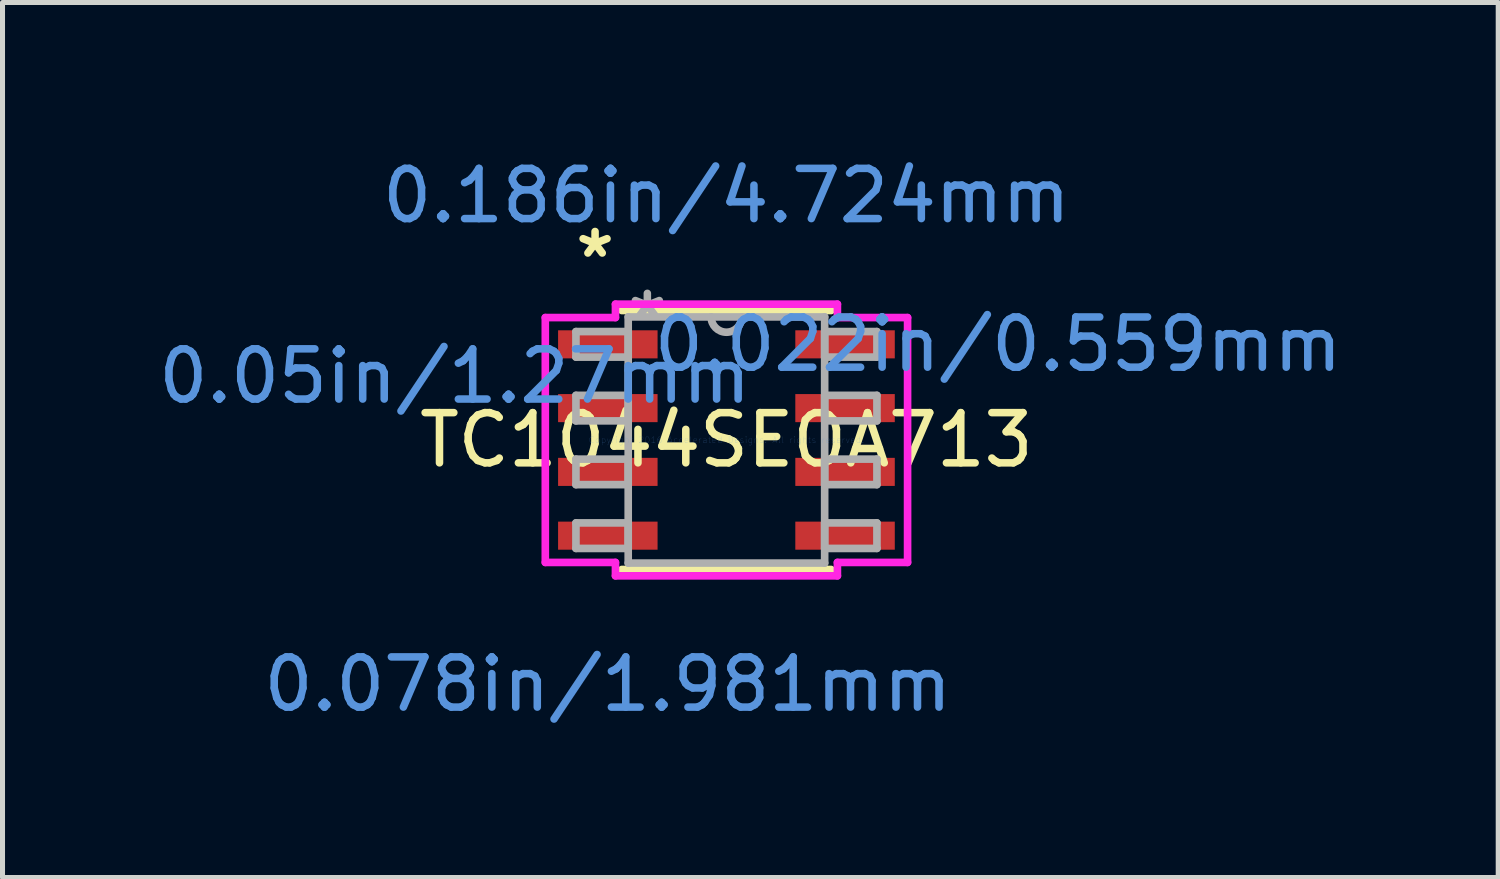
<source format=kicad_pcb>
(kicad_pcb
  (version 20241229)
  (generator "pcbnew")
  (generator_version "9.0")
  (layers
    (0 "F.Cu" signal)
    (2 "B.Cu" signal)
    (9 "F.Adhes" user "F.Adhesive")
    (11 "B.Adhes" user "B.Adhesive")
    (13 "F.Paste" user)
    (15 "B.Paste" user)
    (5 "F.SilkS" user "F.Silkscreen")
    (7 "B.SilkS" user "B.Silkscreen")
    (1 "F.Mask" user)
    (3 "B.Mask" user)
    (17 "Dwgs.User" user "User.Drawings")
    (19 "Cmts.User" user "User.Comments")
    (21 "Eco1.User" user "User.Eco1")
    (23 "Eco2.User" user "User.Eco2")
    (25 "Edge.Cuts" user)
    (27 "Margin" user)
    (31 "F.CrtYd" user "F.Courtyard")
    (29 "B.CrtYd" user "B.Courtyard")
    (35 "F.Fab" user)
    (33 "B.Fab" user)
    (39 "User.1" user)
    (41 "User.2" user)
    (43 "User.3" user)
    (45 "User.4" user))
  (footprint "TC1044SEOA713"
    (layer "F.Cu")
    (at 11.416 5.712)
    (property "Reference" "TC1044SEOA713" (at 0 0 0) (layer "F.SilkS") (effects (font (size 1 1) (thickness 0.15))))
    (attr through_hole)
    (fp_line (start -2.083 2.578) (end 2.083 2.578) (stroke (width 0.152) (type solid)) (layer "F.SilkS"))
    (fp_line (start 2.083 -2.578) (end -2.083 -2.578) (stroke (width 0.152) (type solid)) (layer "F.SilkS"))
    (fp_line (start -3.607 -2.438) (end -2.21 -2.438) (stroke (width 0.152) (type solid)) (layer "F.CrtYd"))
    (fp_line (start -3.607 2.438) (end -3.607 -2.438) (stroke (width 0.152) (type solid)) (layer "F.CrtYd"))
    (fp_line (start -3.607 2.438) (end -2.21 2.438) (stroke (width 0.152) (type solid)) (layer "F.CrtYd"))
    (fp_line (start -2.21 -2.705) (end 2.21 -2.705) (stroke (width 0.152) (type solid)) (layer "F.CrtYd"))
    (fp_line (start -2.21 -2.438) (end -2.21 -2.705) (stroke (width 0.152) (type solid)) (layer "F.CrtYd"))
    (fp_line (start -2.21 2.705) (end -2.21 2.438) (stroke (width 0.152) (type solid)) (layer "F.CrtYd"))
    (fp_line (start 2.21 -2.705) (end 2.21 -2.438) (stroke (width 0.152) (type solid)) (layer "F.CrtYd"))
    (fp_line (start 2.21 2.438) (end 2.21 2.705) (stroke (width 0.152) (type solid)) (layer "F.CrtYd"))
    (fp_line (start 2.21 2.705) (end -2.21 2.705) (stroke (width 0.152) (type solid)) (layer "F.CrtYd"))
    (fp_line (start 3.607 -2.438) (end 2.21 -2.438) (stroke (width 0.152) (type solid)) (layer "F.CrtYd"))
    (fp_line (start 3.607 -2.438) (end 3.607 2.438) (stroke (width 0.152) (type solid)) (layer "F.CrtYd"))
    (fp_line (start 3.607 2.438) (end 2.21 2.438) (stroke (width 0.152) (type solid)) (layer "F.CrtYd"))
    (fp_line (start -2.997 -2.159) (end -2.997 -1.651) (stroke (width 0.152) (type solid)) (layer "F.Fab"))
    (fp_line (start -2.997 -1.651) (end -1.956 -1.651) (stroke (width 0.152) (type solid)) (layer "F.Fab"))
    (fp_line (start -2.997 -0.889) (end -2.997 -0.381) (stroke (width 0.152) (type solid)) (layer "F.Fab"))
    (fp_line (start -2.997 -0.381) (end -1.956 -0.381) (stroke (width 0.152) (type solid)) (layer "F.Fab"))
    (fp_line (start -2.997 0.381) (end -2.997 0.889) (stroke (width 0.152) (type solid)) (layer "F.Fab"))
    (fp_line (start -2.997 0.889) (end -1.956 0.889) (stroke (width 0.152) (type solid)) (layer "F.Fab"))
    (fp_line (start -2.997 1.651) (end -2.997 2.159) (stroke (width 0.152) (type solid)) (layer "F.Fab"))
    (fp_line (start -2.997 2.159) (end -1.956 2.159) (stroke (width 0.152) (type solid)) (layer "F.Fab"))
    (fp_line (start -1.956 -2.451) (end -1.956 2.451) (stroke (width 0.152) (type solid)) (layer "F.Fab"))
    (fp_line (start -1.956 -2.159) (end -2.997 -2.159) (stroke (width 0.152) (type solid)) (layer "F.Fab"))
    (fp_line (start -1.956 -1.651) (end -1.956 -2.159) (stroke (width 0.152) (type solid)) (layer "F.Fab"))
    (fp_line (start -1.956 -0.889) (end -2.997 -0.889) (stroke (width 0.152) (type solid)) (layer "F.Fab"))
    (fp_line (start -1.956 -0.381) (end -1.956 -0.889) (stroke (width 0.152) (type solid)) (layer "F.Fab"))
    (fp_line (start -1.956 0.381) (end -2.997 0.381) (stroke (width 0.152) (type solid)) (layer "F.Fab"))
    (fp_line (start -1.956 0.889) (end -1.956 0.381) (stroke (width 0.152) (type solid)) (layer "F.Fab"))
    (fp_line (start -1.956 1.651) (end -2.997 1.651) (stroke (width 0.152) (type solid)) (layer "F.Fab"))
    (fp_line (start -1.956 2.159) (end -1.956 1.651) (stroke (width 0.152) (type solid)) (layer "F.Fab"))
    (fp_line (start -1.956 2.451) (end 1.956 2.451) (stroke (width 0.152) (type solid)) (layer "F.Fab"))
    (fp_line (start 1.956 -2.451) (end -1.956 -2.451) (stroke (width 0.152) (type solid)) (layer "F.Fab"))
    (fp_line (start 1.956 -2.159) (end 1.956 -1.651) (stroke (width 0.152) (type solid)) (layer "F.Fab"))
    (fp_line (start 1.956 -1.651) (end 2.997 -1.651) (stroke (width 0.152) (type solid)) (layer "F.Fab"))
    (fp_line (start 1.956 -0.889) (end 1.956 -0.381) (stroke (width 0.152) (type solid)) (layer "F.Fab"))
    (fp_line (start 1.956 -0.381) (end 2.997 -0.381) (stroke (width 0.152) (type solid)) (layer "F.Fab"))
    (fp_line (start 1.956 0.381) (end 1.956 0.889) (stroke (width 0.152) (type solid)) (layer "F.Fab"))
    (fp_line (start 1.956 0.889) (end 2.997 0.889) (stroke (width 0.152) (type solid)) (layer "F.Fab"))
    (fp_line (start 1.956 1.651) (end 1.956 2.159) (stroke (width 0.152) (type solid)) (layer "F.Fab"))
    (fp_line (start 1.956 2.159) (end 2.997 2.159) (stroke (width 0.152) (type solid)) (layer "F.Fab"))
    (fp_line (start 1.956 2.451) (end 1.956 -2.451) (stroke (width 0.152) (type solid)) (layer "F.Fab"))
    (fp_line (start 2.997 -2.159) (end 1.956 -2.159) (stroke (width 0.152) (type solid)) (layer "F.Fab"))
    (fp_line (start 2.997 -1.651) (end 2.997 -2.159) (stroke (width 0.152) (type solid)) (layer "F.Fab"))
    (fp_line (start 2.997 -0.889) (end 1.956 -0.889) (stroke (width 0.152) (type solid)) (layer "F.Fab"))
    (fp_line (start 2.997 -0.381) (end 2.997 -0.889) (stroke (width 0.152) (type solid)) (layer "F.Fab"))
    (fp_line (start 2.997 0.381) (end 1.956 0.381) (stroke (width 0.152) (type solid)) (layer "F.Fab"))
    (fp_line (start 2.997 0.889) (end 2.997 0.381) (stroke (width 0.152) (type solid)) (layer "F.Fab"))
    (fp_line (start 2.997 1.651) (end 1.956 1.651) (stroke (width 0.152) (type solid)) (layer "F.Fab"))
    (fp_line (start 2.997 2.159) (end 2.997 1.651) (stroke (width 0.152) (type solid)) (layer "F.Fab"))
    (fp_arc (start 0.3048 -2.4511) (mid 0 -2.1463) (end -0.3048 -2.4511) (stroke (width 0.1524) (type solid)) (layer "F.Fab"))
    (fp_text user "*" (at -2.616 -3.607 0) (layer "F.SilkS") (effects (font (size 1 1) (thickness 0.15))))
    (fp_text user "Copyright 2016 Accelerated Designs. All rights reserved." (at 0 0 0) (layer "Cmts.User") (effects (font (size 0.127 0.127) (thickness 0.002))))
    (fp_text user "0.05in/1.27mm" (at -5.41 -1.27 0) (layer "Cmts.User") (effects (font (size 1 1) (thickness 0.15))))
    (fp_text user "0.022in/0.559mm" (at 5.41 -1.905 0) (layer "Cmts.User") (effects (font (size 1 1) (thickness 0.15))))
    (fp_text user "0.078in/1.981mm" (at -2.362 4.864 0) (layer "Cmts.User") (effects (font (size 1 1) (thickness 0.15))))
    (fp_text user "0.186in/4.724mm" (at 0 -4.864 0) (layer "Cmts.User") (effects (font (size 1 1) (thickness 0.15))))
    (fp_text user "*" (at -1.575 -2.375 0) (layer "F.Fab") (effects (font (size 1 1) (thickness 0.15))))
    (pad "1" smd rect (at -2.362 -1.905) (size 1.981 0.559) (layers "F.Cu" "F.Mask" "F.Paste"))
    (pad "2" smd rect (at -2.362 -0.635) (size 1.981 0.559) (layers "F.Cu" "F.Mask" "F.Paste"))
    (pad "3" smd rect (at -2.362 0.635) (size 1.981 0.559) (layers "F.Cu" "F.Mask" "F.Paste"))
    (pad "4" smd rect (at -2.362 1.905) (size 1.981 0.559) (layers "F.Cu" "F.Mask" "F.Paste"))
    (pad "5" smd rect (at 2.362 1.905) (size 1.981 0.559) (layers "F.Cu" "F.Mask" "F.Paste"))
    (pad "6" smd rect (at 2.362 0.635) (size 1.981 0.559) (layers "F.Cu" "F.Mask" "F.Paste"))
    (pad "7" smd rect (at 2.362 -0.635) (size 1.981 0.559) (layers "F.Cu" "F.Mask" "F.Paste"))
    (pad "8" smd rect (at 2.362 -1.905) (size 1.981 0.559) (layers "F.Cu" "F.Mask" "F.Paste")))
  (gr_rect
    (start -3 -3)
    (end 26.785 14.425)
    (stroke (width 0.1) (type default))
    (fill no)
    (layer "Edge.Cuts")))
</source>
